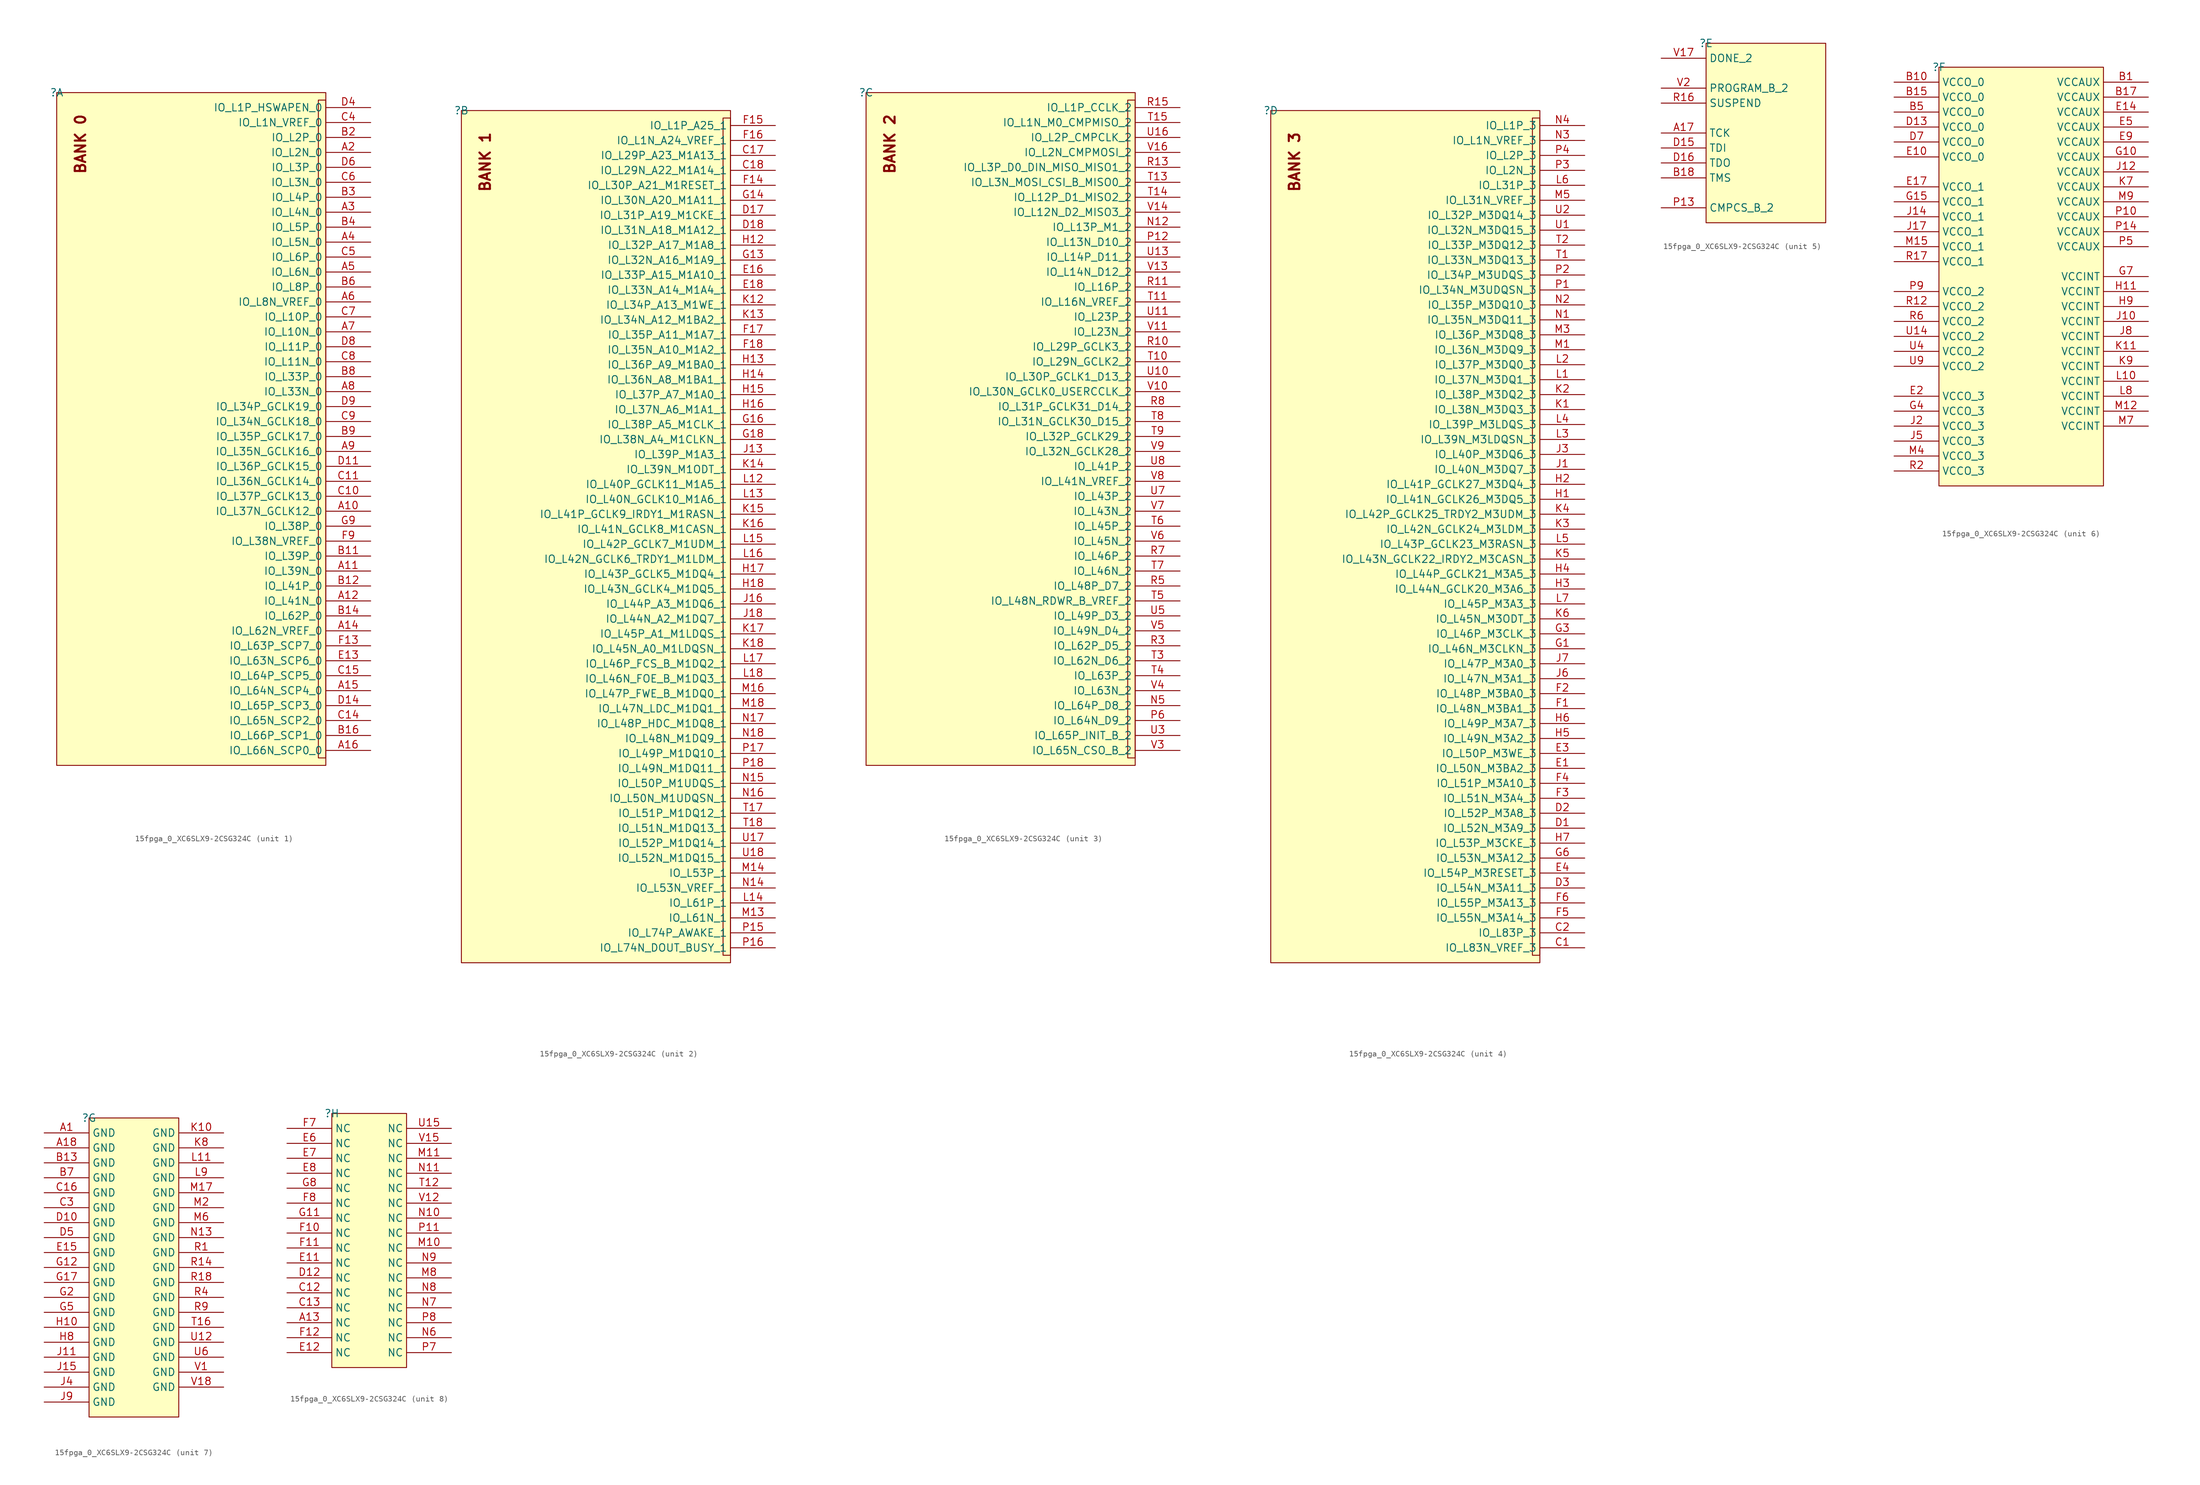
<source format=kicad_sym>
(kicad_symbol_lib
  (version 20220914)
  (generator kicad_symbol_editor)
  (symbol "15fpga_0_XC6SLX9-2CSG324C"
    (property "Reference" ""
      (at 0 0 0)
      (effects (font (size 1.27 1.27))))
    (property "Value" ""
      (at 0 0 0)
      (effects (font (size 1.27 1.27))))
    (symbol "15fpga_0_XC6SLX9-2CSG324C_1_0"
      (rectangle (start 45.72 -1.27) (end 44.45 -113.03) (stroke (width 0) (type solid)) (fill (type background)))
      (rectangle (start 45.72 0) (end 0 -114.3) (stroke (width 0) (type solid)) (fill (type background)))
      (text "BANK 0" (at 5.08 -13.97 900) (effects (font (size 1.778 1.778) bold) (justify left bottom)))
      (pin bidirectional line (at 53.34 -71.12 180) (length 7.62) (name "IO_L37N_GCLK12_0" (effects (font (size 1.27 1.27)))) (number "A10" (effects (font (size 1.27 1.27)))))
      (pin bidirectional line (at 53.34 -81.28 180) (length 7.62) (name "IO_L39N_0" (effects (font (size 1.27 1.27)))) (number "A11" (effects (font (size 1.27 1.27)))))
      (pin bidirectional line (at 53.34 -86.36 180) (length 7.62) (name "IO_L41N_0" (effects (font (size 1.27 1.27)))) (number "A12" (effects (font (size 1.27 1.27)))))
      (pin bidirectional line (at 53.34 -91.44 180) (length 7.62) (name "IO_L62N_VREF_0" (effects (font (size 1.27 1.27)))) (number "A14" (effects (font (size 1.27 1.27)))))
      (pin bidirectional line (at 53.34 -101.6 180) (length 7.62) (name "IO_L64N_SCP4_0" (effects (font (size 1.27 1.27)))) (number "A15" (effects (font (size 1.27 1.27)))))
      (pin bidirectional line (at 53.34 -111.76 180) (length 7.62) (name "IO_L66N_SCP0_0" (effects (font (size 1.27 1.27)))) (number "A16" (effects (font (size 1.27 1.27)))))
      (pin bidirectional line (at 53.34 -10.16 180) (length 7.62) (name "IO_L2N_0" (effects (font (size 1.27 1.27)))) (number "A2" (effects (font (size 1.27 1.27)))))
      (pin bidirectional line (at 53.34 -20.32 180) (length 7.62) (name "IO_L4N_0" (effects (font (size 1.27 1.27)))) (number "A3" (effects (font (size 1.27 1.27)))))
      (pin bidirectional line (at 53.34 -25.4 180) (length 7.62) (name "IO_L5N_0" (effects (font (size 1.27 1.27)))) (number "A4" (effects (font (size 1.27 1.27)))))
      (pin bidirectional line (at 53.34 -30.48 180) (length 7.62) (name "IO_L6N_0" (effects (font (size 1.27 1.27)))) (number "A5" (effects (font (size 1.27 1.27)))))
      (pin bidirectional line (at 53.34 -35.56 180) (length 7.62) (name "IO_L8N_VREF_0" (effects (font (size 1.27 1.27)))) (number "A6" (effects (font (size 1.27 1.27)))))
      (pin bidirectional line (at 53.34 -40.64 180) (length 7.62) (name "IO_L10N_0" (effects (font (size 1.27 1.27)))) (number "A7" (effects (font (size 1.27 1.27)))))
      (pin bidirectional line (at 53.34 -50.8 180) (length 7.62) (name "IO_L33N_0" (effects (font (size 1.27 1.27)))) (number "A8" (effects (font (size 1.27 1.27)))))
      (pin bidirectional line (at 53.34 -60.96 180) (length 7.62) (name "IO_L35N_GCLK16_0" (effects (font (size 1.27 1.27)))) (number "A9" (effects (font (size 1.27 1.27)))))
      (pin bidirectional line (at 53.34 -78.74 180) (length 7.62) (name "IO_L39P_0" (effects (font (size 1.27 1.27)))) (number "B11" (effects (font (size 1.27 1.27)))))
      (pin bidirectional line (at 53.34 -83.82 180) (length 7.62) (name "IO_L41P_0" (effects (font (size 1.27 1.27)))) (number "B12" (effects (font (size 1.27 1.27)))))
      (pin bidirectional line (at 53.34 -88.9 180) (length 7.62) (name "IO_L62P_0" (effects (font (size 1.27 1.27)))) (number "B14" (effects (font (size 1.27 1.27)))))
      (pin bidirectional line (at 53.34 -109.22 180) (length 7.62) (name "IO_L66P_SCP1_0" (effects (font (size 1.27 1.27)))) (number "B16" (effects (font (size 1.27 1.27)))))
      (pin bidirectional line (at 53.34 -7.62 180) (length 7.62) (name "IO_L2P_0" (effects (font (size 1.27 1.27)))) (number "B2" (effects (font (size 1.27 1.27)))))
      (pin bidirectional line (at 53.34 -17.78 180) (length 7.62) (name "IO_L4P_0" (effects (font (size 1.27 1.27)))) (number "B3" (effects (font (size 1.27 1.27)))))
      (pin bidirectional line (at 53.34 -22.86 180) (length 7.62) (name "IO_L5P_0" (effects (font (size 1.27 1.27)))) (number "B4" (effects (font (size 1.27 1.27)))))
      (pin bidirectional line (at 53.34 -33.02 180) (length 7.62) (name "IO_L8P_0" (effects (font (size 1.27 1.27)))) (number "B6" (effects (font (size 1.27 1.27)))))
      (pin bidirectional line (at 53.34 -48.26 180) (length 7.62) (name "IO_L33P_0" (effects (font (size 1.27 1.27)))) (number "B8" (effects (font (size 1.27 1.27)))))
      (pin bidirectional line (at 53.34 -58.42 180) (length 7.62) (name "IO_L35P_GCLK17_0" (effects (font (size 1.27 1.27)))) (number "B9" (effects (font (size 1.27 1.27)))))
      (pin bidirectional line (at 53.34 -68.58 180) (length 7.62) (name "IO_L37P_GCLK13_0" (effects (font (size 1.27 1.27)))) (number "C10" (effects (font (size 1.27 1.27)))))
      (pin bidirectional line (at 53.34 -66.04 180) (length 7.62) (name "IO_L36N_GCLK14_0" (effects (font (size 1.27 1.27)))) (number "C11" (effects (font (size 1.27 1.27)))))
      (pin bidirectional line (at 53.34 -106.68 180) (length 7.62) (name "IO_L65N_SCP2_0" (effects (font (size 1.27 1.27)))) (number "C14" (effects (font (size 1.27 1.27)))))
      (pin bidirectional line (at 53.34 -99.06 180) (length 7.62) (name "IO_L64P_SCP5_0" (effects (font (size 1.27 1.27)))) (number "C15" (effects (font (size 1.27 1.27)))))
      (pin bidirectional line (at 53.34 -5.08 180) (length 7.62) (name "IO_L1N_VREF_0" (effects (font (size 1.27 1.27)))) (number "C4" (effects (font (size 1.27 1.27)))))
      (pin bidirectional line (at 53.34 -27.94 180) (length 7.62) (name "IO_L6P_0" (effects (font (size 1.27 1.27)))) (number "C5" (effects (font (size 1.27 1.27)))))
      (pin bidirectional line (at 53.34 -15.24 180) (length 7.62) (name "IO_L3N_0" (effects (font (size 1.27 1.27)))) (number "C6" (effects (font (size 1.27 1.27)))))
      (pin bidirectional line (at 53.34 -38.1 180) (length 7.62) (name "IO_L10P_0" (effects (font (size 1.27 1.27)))) (number "C7" (effects (font (size 1.27 1.27)))))
      (pin bidirectional line (at 53.34 -45.72 180) (length 7.62) (name "IO_L11N_0" (effects (font (size 1.27 1.27)))) (number "C8" (effects (font (size 1.27 1.27)))))
      (pin bidirectional line (at 53.34 -55.88 180) (length 7.62) (name "IO_L34N_GCLK18_0" (effects (font (size 1.27 1.27)))) (number "C9" (effects (font (size 1.27 1.27)))))
      (pin bidirectional line (at 53.34 -63.5 180) (length 7.62) (name "IO_L36P_GCLK15_0" (effects (font (size 1.27 1.27)))) (number "D11" (effects (font (size 1.27 1.27)))))
      (pin bidirectional line (at 53.34 -104.14 180) (length 7.62) (name "IO_L65P_SCP3_0" (effects (font (size 1.27 1.27)))) (number "D14" (effects (font (size 1.27 1.27)))))
      (pin bidirectional line (at 53.34 -2.54 180) (length 7.62) (name "IO_L1P_HSWAPEN_0" (effects (font (size 1.27 1.27)))) (number "D4" (effects (font (size 1.27 1.27)))))
      (pin bidirectional line (at 53.34 -12.7 180) (length 7.62) (name "IO_L3P_0" (effects (font (size 1.27 1.27)))) (number "D6" (effects (font (size 1.27 1.27)))))
      (pin bidirectional line (at 53.34 -43.18 180) (length 7.62) (name "IO_L11P_0" (effects (font (size 1.27 1.27)))) (number "D8" (effects (font (size 1.27 1.27)))))
      (pin bidirectional line (at 53.34 -53.34 180) (length 7.62) (name "IO_L34P_GCLK19_0" (effects (font (size 1.27 1.27)))) (number "D9" (effects (font (size 1.27 1.27)))))
      (pin bidirectional line (at 53.34 -96.52 180) (length 7.62) (name "IO_L63N_SCP6_0" (effects (font (size 1.27 1.27)))) (number "E13" (effects (font (size 1.27 1.27)))))
      (pin bidirectional line (at 53.34 -93.98 180) (length 7.62) (name "IO_L63P_SCP7_0" (effects (font (size 1.27 1.27)))) (number "F13" (effects (font (size 1.27 1.27)))))
      (pin bidirectional line (at 53.34 -76.2 180) (length 7.62) (name "IO_L38N_VREF_0" (effects (font (size 1.27 1.27)))) (number "F9" (effects (font (size 1.27 1.27)))))
      (pin bidirectional line (at 53.34 -73.66 180) (length 7.62) (name "IO_L38P_0" (effects (font (size 1.27 1.27)))) (number "G9" (effects (font (size 1.27 1.27))))))
    (symbol "15fpga_0_XC6SLX9-2CSG324C_2_0"
      (rectangle (start 45.72 -1.27) (end 44.45 -143.51) (stroke (width 0) (type solid)) (fill (type background)))
      (rectangle (start 45.72 0) (end 0 -144.78) (stroke (width 0) (type solid)) (fill (type background)))
      (text "BANK 1" (at 5.08 -13.97 900) (effects (font (size 1.778 1.778) bold) (justify left bottom)))
      (pin bidirectional line (at 53.34 -7.62 180) (length 7.62) (name "IO_L29P_A23_M1A13_1" (effects (font (size 1.27 1.27)))) (number "C17" (effects (font (size 1.27 1.27)))))
      (pin bidirectional line (at 53.34 -10.16 180) (length 7.62) (name "IO_L29N_A22_M1A14_1" (effects (font (size 1.27 1.27)))) (number "C18" (effects (font (size 1.27 1.27)))))
      (pin bidirectional line (at 53.34 -17.78 180) (length 7.62) (name "IO_L31P_A19_M1CKE_1" (effects (font (size 1.27 1.27)))) (number "D17" (effects (font (size 1.27 1.27)))))
      (pin bidirectional line (at 53.34 -20.32 180) (length 7.62) (name "IO_L31N_A18_M1A12_1" (effects (font (size 1.27 1.27)))) (number "D18" (effects (font (size 1.27 1.27)))))
      (pin bidirectional line (at 53.34 -27.94 180) (length 7.62) (name "IO_L33P_A15_M1A10_1" (effects (font (size 1.27 1.27)))) (number "E16" (effects (font (size 1.27 1.27)))))
      (pin bidirectional line (at 53.34 -30.48 180) (length 7.62) (name "IO_L33N_A14_M1A4_1" (effects (font (size 1.27 1.27)))) (number "E18" (effects (font (size 1.27 1.27)))))
      (pin bidirectional line (at 53.34 -12.7 180) (length 7.62) (name "IO_L30P_A21_M1RESET_1" (effects (font (size 1.27 1.27)))) (number "F14" (effects (font (size 1.27 1.27)))))
      (pin bidirectional line (at 53.34 -2.54 180) (length 7.62) (name "IO_L1P_A25_1" (effects (font (size 1.27 1.27)))) (number "F15" (effects (font (size 1.27 1.27)))))
      (pin bidirectional line (at 53.34 -5.08 180) (length 7.62) (name "IO_L1N_A24_VREF_1" (effects (font (size 1.27 1.27)))) (number "F16" (effects (font (size 1.27 1.27)))))
      (pin bidirectional line (at 53.34 -38.1 180) (length 7.62) (name "IO_L35P_A11_M1A7_1" (effects (font (size 1.27 1.27)))) (number "F17" (effects (font (size 1.27 1.27)))))
      (pin bidirectional line (at 53.34 -40.64 180) (length 7.62) (name "IO_L35N_A10_M1A2_1" (effects (font (size 1.27 1.27)))) (number "F18" (effects (font (size 1.27 1.27)))))
      (pin bidirectional line (at 53.34 -25.4 180) (length 7.62) (name "IO_L32N_A16_M1A9_1" (effects (font (size 1.27 1.27)))) (number "G13" (effects (font (size 1.27 1.27)))))
      (pin bidirectional line (at 53.34 -15.24 180) (length 7.62) (name "IO_L30N_A20_M1A11_1" (effects (font (size 1.27 1.27)))) (number "G14" (effects (font (size 1.27 1.27)))))
      (pin bidirectional line (at 53.34 -53.34 180) (length 7.62) (name "IO_L38P_A5_M1CLK_1" (effects (font (size 1.27 1.27)))) (number "G16" (effects (font (size 1.27 1.27)))))
      (pin bidirectional line (at 53.34 -55.88 180) (length 7.62) (name "IO_L38N_A4_M1CLKN_1" (effects (font (size 1.27 1.27)))) (number "G18" (effects (font (size 1.27 1.27)))))
      (pin bidirectional line (at 53.34 -22.86 180) (length 7.62) (name "IO_L32P_A17_M1A8_1" (effects (font (size 1.27 1.27)))) (number "H12" (effects (font (size 1.27 1.27)))))
      (pin bidirectional line (at 53.34 -43.18 180) (length 7.62) (name "IO_L36P_A9_M1BA0_1" (effects (font (size 1.27 1.27)))) (number "H13" (effects (font (size 1.27 1.27)))))
      (pin bidirectional line (at 53.34 -45.72 180) (length 7.62) (name "IO_L36N_A8_M1BA1_1" (effects (font (size 1.27 1.27)))) (number "H14" (effects (font (size 1.27 1.27)))))
      (pin bidirectional line (at 53.34 -48.26 180) (length 7.62) (name "IO_L37P_A7_M1A0_1" (effects (font (size 1.27 1.27)))) (number "H15" (effects (font (size 1.27 1.27)))))
      (pin bidirectional line (at 53.34 -50.8 180) (length 7.62) (name "IO_L37N_A6_M1A1_1" (effects (font (size 1.27 1.27)))) (number "H16" (effects (font (size 1.27 1.27)))))
      (pin bidirectional line (at 53.34 -78.74 180) (length 7.62) (name "IO_L43P_GCLK5_M1DQ4_1" (effects (font (size 1.27 1.27)))) (number "H17" (effects (font (size 1.27 1.27)))))
      (pin bidirectional line (at 53.34 -81.28 180) (length 7.62) (name "IO_L43N_GCLK4_M1DQ5_1" (effects (font (size 1.27 1.27)))) (number "H18" (effects (font (size 1.27 1.27)))))
      (pin bidirectional line (at 53.34 -58.42 180) (length 7.62) (name "IO_L39P_M1A3_1" (effects (font (size 1.27 1.27)))) (number "J13" (effects (font (size 1.27 1.27)))))
      (pin bidirectional line (at 53.34 -83.82 180) (length 7.62) (name "IO_L44P_A3_M1DQ6_1" (effects (font (size 1.27 1.27)))) (number "J16" (effects (font (size 1.27 1.27)))))
      (pin bidirectional line (at 53.34 -86.36 180) (length 7.62) (name "IO_L44N_A2_M1DQ7_1" (effects (font (size 1.27 1.27)))) (number "J18" (effects (font (size 1.27 1.27)))))
      (pin bidirectional line (at 53.34 -33.02 180) (length 7.62) (name "IO_L34P_A13_M1WE_1" (effects (font (size 1.27 1.27)))) (number "K12" (effects (font (size 1.27 1.27)))))
      (pin bidirectional line (at 53.34 -35.56 180) (length 7.62) (name "IO_L34N_A12_M1BA2_1" (effects (font (size 1.27 1.27)))) (number "K13" (effects (font (size 1.27 1.27)))))
      (pin bidirectional line (at 53.34 -60.96 180) (length 7.62) (name "IO_L39N_M1ODT_1" (effects (font (size 1.27 1.27)))) (number "K14" (effects (font (size 1.27 1.27)))))
      (pin bidirectional line (at 53.34 -68.58 180) (length 7.62) (name "IO_L41P_GCLK9_IRDY1_M1RASN_1" (effects (font (size 1.27 1.27)))) (number "K15" (effects (font (size 1.27 1.27)))))
      (pin bidirectional line (at 53.34 -71.12 180) (length 7.62) (name "IO_L41N_GCLK8_M1CASN_1" (effects (font (size 1.27 1.27)))) (number "K16" (effects (font (size 1.27 1.27)))))
      (pin bidirectional line (at 53.34 -88.9 180) (length 7.62) (name "IO_L45P_A1_M1LDQS_1" (effects (font (size 1.27 1.27)))) (number "K17" (effects (font (size 1.27 1.27)))))
      (pin bidirectional line (at 53.34 -91.44 180) (length 7.62) (name "IO_L45N_A0_M1LDQSN_1" (effects (font (size 1.27 1.27)))) (number "K18" (effects (font (size 1.27 1.27)))))
      (pin bidirectional line (at 53.34 -63.5 180) (length 7.62) (name "IO_L40P_GCLK11_M1A5_1" (effects (font (size 1.27 1.27)))) (number "L12" (effects (font (size 1.27 1.27)))))
      (pin bidirectional line (at 53.34 -66.04 180) (length 7.62) (name "IO_L40N_GCLK10_M1A6_1" (effects (font (size 1.27 1.27)))) (number "L13" (effects (font (size 1.27 1.27)))))
      (pin bidirectional line (at 53.34 -134.62 180) (length 7.62) (name "IO_L61P_1" (effects (font (size 1.27 1.27)))) (number "L14" (effects (font (size 1.27 1.27)))))
      (pin bidirectional line (at 53.34 -73.66 180) (length 7.62) (name "IO_L42P_GCLK7_M1UDM_1" (effects (font (size 1.27 1.27)))) (number "L15" (effects (font (size 1.27 1.27)))))
      (pin bidirectional line (at 53.34 -76.2 180) (length 7.62) (name "IO_L42N_GCLK6_TRDY1_M1LDM_1" (effects (font (size 1.27 1.27)))) (number "L16" (effects (font (size 1.27 1.27)))))
      (pin bidirectional line (at 53.34 -93.98 180) (length 7.62) (name "IO_L46P_FCS_B_M1DQ2_1" (effects (font (size 1.27 1.27)))) (number "L17" (effects (font (size 1.27 1.27)))))
      (pin bidirectional line (at 53.34 -96.52 180) (length 7.62) (name "IO_L46N_FOE_B_M1DQ3_1" (effects (font (size 1.27 1.27)))) (number "L18" (effects (font (size 1.27 1.27)))))
      (pin bidirectional line (at 53.34 -137.16 180) (length 7.62) (name "IO_L61N_1" (effects (font (size 1.27 1.27)))) (number "M13" (effects (font (size 1.27 1.27)))))
      (pin bidirectional line (at 53.34 -129.54 180) (length 7.62) (name "IO_L53P_1" (effects (font (size 1.27 1.27)))) (number "M14" (effects (font (size 1.27 1.27)))))
      (pin bidirectional line (at 53.34 -99.06 180) (length 7.62) (name "IO_L47P_FWE_B_M1DQ0_1" (effects (font (size 1.27 1.27)))) (number "M16" (effects (font (size 1.27 1.27)))))
      (pin bidirectional line (at 53.34 -101.6 180) (length 7.62) (name "IO_L47N_LDC_M1DQ1_1" (effects (font (size 1.27 1.27)))) (number "M18" (effects (font (size 1.27 1.27)))))
      (pin bidirectional line (at 53.34 -132.08 180) (length 7.62) (name "IO_L53N_VREF_1" (effects (font (size 1.27 1.27)))) (number "N14" (effects (font (size 1.27 1.27)))))
      (pin bidirectional line (at 53.34 -114.3 180) (length 7.62) (name "IO_L50P_M1UDQS_1" (effects (font (size 1.27 1.27)))) (number "N15" (effects (font (size 1.27 1.27)))))
      (pin bidirectional line (at 53.34 -116.84 180) (length 7.62) (name "IO_L50N_M1UDQSN_1" (effects (font (size 1.27 1.27)))) (number "N16" (effects (font (size 1.27 1.27)))))
      (pin bidirectional line (at 53.34 -104.14 180) (length 7.62) (name "IO_L48P_HDC_M1DQ8_1" (effects (font (size 1.27 1.27)))) (number "N17" (effects (font (size 1.27 1.27)))))
      (pin bidirectional line (at 53.34 -106.68 180) (length 7.62) (name "IO_L48N_M1DQ9_1" (effects (font (size 1.27 1.27)))) (number "N18" (effects (font (size 1.27 1.27)))))
      (pin bidirectional line (at 53.34 -139.7 180) (length 7.62) (name "IO_L74P_AWAKE_1" (effects (font (size 1.27 1.27)))) (number "P15" (effects (font (size 1.27 1.27)))))
      (pin bidirectional line (at 53.34 -142.24 180) (length 7.62) (name "IO_L74N_DOUT_BUSY_1" (effects (font (size 1.27 1.27)))) (number "P16" (effects (font (size 1.27 1.27)))))
      (pin bidirectional line (at 53.34 -109.22 180) (length 7.62) (name "IO_L49P_M1DQ10_1" (effects (font (size 1.27 1.27)))) (number "P17" (effects (font (size 1.27 1.27)))))
      (pin bidirectional line (at 53.34 -111.76 180) (length 7.62) (name "IO_L49N_M1DQ11_1" (effects (font (size 1.27 1.27)))) (number "P18" (effects (font (size 1.27 1.27)))))
      (pin bidirectional line (at 53.34 -119.38 180) (length 7.62) (name "IO_L51P_M1DQ12_1" (effects (font (size 1.27 1.27)))) (number "T17" (effects (font (size 1.27 1.27)))))
      (pin bidirectional line (at 53.34 -121.92 180) (length 7.62) (name "IO_L51N_M1DQ13_1" (effects (font (size 1.27 1.27)))) (number "T18" (effects (font (size 1.27 1.27)))))
      (pin bidirectional line (at 53.34 -124.46 180) (length 7.62) (name "IO_L52P_M1DQ14_1" (effects (font (size 1.27 1.27)))) (number "U17" (effects (font (size 1.27 1.27)))))
      (pin bidirectional line (at 53.34 -127 180) (length 7.62) (name "IO_L52N_M1DQ15_1" (effects (font (size 1.27 1.27)))) (number "U18" (effects (font (size 1.27 1.27))))))
    (symbol "15fpga_0_XC6SLX9-2CSG324C_3_0"
      (rectangle (start 45.72 -1.27) (end 44.45 -113.03) (stroke (width 0) (type solid)) (fill (type background)))
      (rectangle (start 45.72 0) (end 0 -114.3) (stroke (width 0) (type solid)) (fill (type background)))
      (text "BANK 2" (at 5.08 -13.97 900) (effects (font (size 1.778 1.778) bold) (justify left bottom)))
      (pin bidirectional line (at 53.34 -22.86 180) (length 7.62) (name "IO_L13P_M1_2" (effects (font (size 1.27 1.27)))) (number "N12" (effects (font (size 1.27 1.27)))))
      (pin bidirectional line (at 53.34 -104.14 180) (length 7.62) (name "IO_L64P_D8_2" (effects (font (size 1.27 1.27)))) (number "N5" (effects (font (size 1.27 1.27)))))
      (pin bidirectional line (at 53.34 -25.4 180) (length 7.62) (name "IO_L13N_D10_2" (effects (font (size 1.27 1.27)))) (number "P12" (effects (font (size 1.27 1.27)))))
      (pin bidirectional line (at 53.34 -106.68 180) (length 7.62) (name "IO_L64N_D9_2" (effects (font (size 1.27 1.27)))) (number "P6" (effects (font (size 1.27 1.27)))))
      (pin bidirectional line (at 53.34 -43.18 180) (length 7.62) (name "IO_L29P_GCLK3_2" (effects (font (size 1.27 1.27)))) (number "R10" (effects (font (size 1.27 1.27)))))
      (pin bidirectional line (at 53.34 -33.02 180) (length 7.62) (name "IO_L16P_2" (effects (font (size 1.27 1.27)))) (number "R11" (effects (font (size 1.27 1.27)))))
      (pin bidirectional line (at 53.34 -12.7 180) (length 7.62) (name "IO_L3P_D0_DIN_MISO_MISO1_2" (effects (font (size 1.27 1.27)))) (number "R13" (effects (font (size 1.27 1.27)))))
      (pin bidirectional line (at 53.34 -2.54 180) (length 7.62) (name "IO_L1P_CCLK_2" (effects (font (size 1.27 1.27)))) (number "R15" (effects (font (size 1.27 1.27)))))
      (pin bidirectional line (at 53.34 -93.98 180) (length 7.62) (name "IO_L62P_D5_2" (effects (font (size 1.27 1.27)))) (number "R3" (effects (font (size 1.27 1.27)))))
      (pin bidirectional line (at 53.34 -83.82 180) (length 7.62) (name "IO_L48P_D7_2" (effects (font (size 1.27 1.27)))) (number "R5" (effects (font (size 1.27 1.27)))))
      (pin bidirectional line (at 53.34 -78.74 180) (length 7.62) (name "IO_L46P_2" (effects (font (size 1.27 1.27)))) (number "R7" (effects (font (size 1.27 1.27)))))
      (pin bidirectional line (at 53.34 -53.34 180) (length 7.62) (name "IO_L31P_GCLK31_D14_2" (effects (font (size 1.27 1.27)))) (number "R8" (effects (font (size 1.27 1.27)))))
      (pin bidirectional line (at 53.34 -45.72 180) (length 7.62) (name "IO_L29N_GCLK2_2" (effects (font (size 1.27 1.27)))) (number "T10" (effects (font (size 1.27 1.27)))))
      (pin bidirectional line (at 53.34 -35.56 180) (length 7.62) (name "IO_L16N_VREF_2" (effects (font (size 1.27 1.27)))) (number "T11" (effects (font (size 1.27 1.27)))))
      (pin bidirectional line (at 53.34 -15.24 180) (length 7.62) (name "IO_L3N_MOSI_CSI_B_MISO0_2" (effects (font (size 1.27 1.27)))) (number "T13" (effects (font (size 1.27 1.27)))))
      (pin bidirectional line (at 53.34 -17.78 180) (length 7.62) (name "IO_L12P_D1_MISO2_2" (effects (font (size 1.27 1.27)))) (number "T14" (effects (font (size 1.27 1.27)))))
      (pin bidirectional line (at 53.34 -5.08 180) (length 7.62) (name "IO_L1N_M0_CMPMISO_2" (effects (font (size 1.27 1.27)))) (number "T15" (effects (font (size 1.27 1.27)))))
      (pin bidirectional line (at 53.34 -96.52 180) (length 7.62) (name "IO_L62N_D6_2" (effects (font (size 1.27 1.27)))) (number "T3" (effects (font (size 1.27 1.27)))))
      (pin bidirectional line (at 53.34 -99.06 180) (length 7.62) (name "IO_L63P_2" (effects (font (size 1.27 1.27)))) (number "T4" (effects (font (size 1.27 1.27)))))
      (pin bidirectional line (at 53.34 -86.36 180) (length 7.62) (name "IO_L48N_RDWR_B_VREF_2" (effects (font (size 1.27 1.27)))) (number "T5" (effects (font (size 1.27 1.27)))))
      (pin bidirectional line (at 53.34 -73.66 180) (length 7.62) (name "IO_L45P_2" (effects (font (size 1.27 1.27)))) (number "T6" (effects (font (size 1.27 1.27)))))
      (pin bidirectional line (at 53.34 -81.28 180) (length 7.62) (name "IO_L46N_2" (effects (font (size 1.27 1.27)))) (number "T7" (effects (font (size 1.27 1.27)))))
      (pin bidirectional line (at 53.34 -55.88 180) (length 7.62) (name "IO_L31N_GCLK30_D15_2" (effects (font (size 1.27 1.27)))) (number "T8" (effects (font (size 1.27 1.27)))))
      (pin bidirectional line (at 53.34 -58.42 180) (length 7.62) (name "IO_L32P_GCLK29_2" (effects (font (size 1.27 1.27)))) (number "T9" (effects (font (size 1.27 1.27)))))
      (pin bidirectional line (at 53.34 -48.26 180) (length 7.62) (name "IO_L30P_GCLK1_D13_2" (effects (font (size 1.27 1.27)))) (number "U10" (effects (font (size 1.27 1.27)))))
      (pin bidirectional line (at 53.34 -38.1 180) (length 7.62) (name "IO_L23P_2" (effects (font (size 1.27 1.27)))) (number "U11" (effects (font (size 1.27 1.27)))))
      (pin bidirectional line (at 53.34 -27.94 180) (length 7.62) (name "IO_L14P_D11_2" (effects (font (size 1.27 1.27)))) (number "U13" (effects (font (size 1.27 1.27)))))
      (pin bidirectional line (at 53.34 -7.62 180) (length 7.62) (name "IO_L2P_CMPCLK_2" (effects (font (size 1.27 1.27)))) (number "U16" (effects (font (size 1.27 1.27)))))
      (pin bidirectional line (at 53.34 -109.22 180) (length 7.62) (name "IO_L65P_INIT_B_2" (effects (font (size 1.27 1.27)))) (number "U3" (effects (font (size 1.27 1.27)))))
      (pin bidirectional line (at 53.34 -88.9 180) (length 7.62) (name "IO_L49P_D3_2" (effects (font (size 1.27 1.27)))) (number "U5" (effects (font (size 1.27 1.27)))))
      (pin bidirectional line (at 53.34 -68.58 180) (length 7.62) (name "IO_L43P_2" (effects (font (size 1.27 1.27)))) (number "U7" (effects (font (size 1.27 1.27)))))
      (pin bidirectional line (at 53.34 -63.5 180) (length 7.62) (name "IO_L41P_2" (effects (font (size 1.27 1.27)))) (number "U8" (effects (font (size 1.27 1.27)))))
      (pin bidirectional line (at 53.34 -50.8 180) (length 7.62) (name "IO_L30N_GCLK0_USERCCLK_2" (effects (font (size 1.27 1.27)))) (number "V10" (effects (font (size 1.27 1.27)))))
      (pin bidirectional line (at 53.34 -40.64 180) (length 7.62) (name "IO_L23N_2" (effects (font (size 1.27 1.27)))) (number "V11" (effects (font (size 1.27 1.27)))))
      (pin bidirectional line (at 53.34 -30.48 180) (length 7.62) (name "IO_L14N_D12_2" (effects (font (size 1.27 1.27)))) (number "V13" (effects (font (size 1.27 1.27)))))
      (pin bidirectional line (at 53.34 -20.32 180) (length 7.62) (name "IO_L12N_D2_MISO3_2" (effects (font (size 1.27 1.27)))) (number "V14" (effects (font (size 1.27 1.27)))))
      (pin bidirectional line (at 53.34 -10.16 180) (length 7.62) (name "IO_L2N_CMPMOSI_2" (effects (font (size 1.27 1.27)))) (number "V16" (effects (font (size 1.27 1.27)))))
      (pin bidirectional line (at 53.34 -111.76 180) (length 7.62) (name "IO_L65N_CSO_B_2" (effects (font (size 1.27 1.27)))) (number "V3" (effects (font (size 1.27 1.27)))))
      (pin bidirectional line (at 53.34 -101.6 180) (length 7.62) (name "IO_L63N_2" (effects (font (size 1.27 1.27)))) (number "V4" (effects (font (size 1.27 1.27)))))
      (pin bidirectional line (at 53.34 -91.44 180) (length 7.62) (name "IO_L49N_D4_2" (effects (font (size 1.27 1.27)))) (number "V5" (effects (font (size 1.27 1.27)))))
      (pin bidirectional line (at 53.34 -76.2 180) (length 7.62) (name "IO_L45N_2" (effects (font (size 1.27 1.27)))) (number "V6" (effects (font (size 1.27 1.27)))))
      (pin bidirectional line (at 53.34 -71.12 180) (length 7.62) (name "IO_L43N_2" (effects (font (size 1.27 1.27)))) (number "V7" (effects (font (size 1.27 1.27)))))
      (pin bidirectional line (at 53.34 -66.04 180) (length 7.62) (name "IO_L41N_VREF_2" (effects (font (size 1.27 1.27)))) (number "V8" (effects (font (size 1.27 1.27)))))
      (pin bidirectional line (at 53.34 -60.96 180) (length 7.62) (name "IO_L32N_GCLK28_2" (effects (font (size 1.27 1.27)))) (number "V9" (effects (font (size 1.27 1.27))))))
    (symbol "15fpga_0_XC6SLX9-2CSG324C_4_0"
      (rectangle (start 45.72 -1.27) (end 44.45 -143.51) (stroke (width 0) (type solid)) (fill (type background)))
      (rectangle (start 45.72 0) (end 0 -144.78) (stroke (width 0) (type solid)) (fill (type background)))
      (text "BANK 3" (at 5.08 -13.97 900) (effects (font (size 1.778 1.778) bold) (justify left bottom)))
      (pin bidirectional line (at 53.34 -142.24 180) (length 7.62) (name "IO_L83N_VREF_3" (effects (font (size 1.27 1.27)))) (number "C1" (effects (font (size 1.27 1.27)))))
      (pin bidirectional line (at 53.34 -139.7 180) (length 7.62) (name "IO_L83P_3" (effects (font (size 1.27 1.27)))) (number "C2" (effects (font (size 1.27 1.27)))))
      (pin bidirectional line (at 53.34 -121.92 180) (length 7.62) (name "IO_L52N_M3A9_3" (effects (font (size 1.27 1.27)))) (number "D1" (effects (font (size 1.27 1.27)))))
      (pin bidirectional line (at 53.34 -119.38 180) (length 7.62) (name "IO_L52P_M3A8_3" (effects (font (size 1.27 1.27)))) (number "D2" (effects (font (size 1.27 1.27)))))
      (pin bidirectional line (at 53.34 -132.08 180) (length 7.62) (name "IO_L54N_M3A11_3" (effects (font (size 1.27 1.27)))) (number "D3" (effects (font (size 1.27 1.27)))))
      (pin bidirectional line (at 53.34 -111.76 180) (length 7.62) (name "IO_L50N_M3BA2_3" (effects (font (size 1.27 1.27)))) (number "E1" (effects (font (size 1.27 1.27)))))
      (pin bidirectional line (at 53.34 -109.22 180) (length 7.62) (name "IO_L50P_M3WE_3" (effects (font (size 1.27 1.27)))) (number "E3" (effects (font (size 1.27 1.27)))))
      (pin bidirectional line (at 53.34 -129.54 180) (length 7.62) (name "IO_L54P_M3RESET_3" (effects (font (size 1.27 1.27)))) (number "E4" (effects (font (size 1.27 1.27)))))
      (pin bidirectional line (at 53.34 -101.6 180) (length 7.62) (name "IO_L48N_M3BA1_3" (effects (font (size 1.27 1.27)))) (number "F1" (effects (font (size 1.27 1.27)))))
      (pin bidirectional line (at 53.34 -99.06 180) (length 7.62) (name "IO_L48P_M3BA0_3" (effects (font (size 1.27 1.27)))) (number "F2" (effects (font (size 1.27 1.27)))))
      (pin bidirectional line (at 53.34 -116.84 180) (length 7.62) (name "IO_L51N_M3A4_3" (effects (font (size 1.27 1.27)))) (number "F3" (effects (font (size 1.27 1.27)))))
      (pin bidirectional line (at 53.34 -114.3 180) (length 7.62) (name "IO_L51P_M3A10_3" (effects (font (size 1.27 1.27)))) (number "F4" (effects (font (size 1.27 1.27)))))
      (pin bidirectional line (at 53.34 -137.16 180) (length 7.62) (name "IO_L55N_M3A14_3" (effects (font (size 1.27 1.27)))) (number "F5" (effects (font (size 1.27 1.27)))))
      (pin bidirectional line (at 53.34 -134.62 180) (length 7.62) (name "IO_L55P_M3A13_3" (effects (font (size 1.27 1.27)))) (number "F6" (effects (font (size 1.27 1.27)))))
      (pin bidirectional line (at 53.34 -91.44 180) (length 7.62) (name "IO_L46N_M3CLKN_3" (effects (font (size 1.27 1.27)))) (number "G1" (effects (font (size 1.27 1.27)))))
      (pin bidirectional line (at 53.34 -88.9 180) (length 7.62) (name "IO_L46P_M3CLK_3" (effects (font (size 1.27 1.27)))) (number "G3" (effects (font (size 1.27 1.27)))))
      (pin bidirectional line (at 53.34 -127 180) (length 7.62) (name "IO_L53N_M3A12_3" (effects (font (size 1.27 1.27)))) (number "G6" (effects (font (size 1.27 1.27)))))
      (pin bidirectional line (at 53.34 -66.04 180) (length 7.62) (name "IO_L41N_GCLK26_M3DQ5_3" (effects (font (size 1.27 1.27)))) (number "H1" (effects (font (size 1.27 1.27)))))
      (pin bidirectional line (at 53.34 -63.5 180) (length 7.62) (name "IO_L41P_GCLK27_M3DQ4_3" (effects (font (size 1.27 1.27)))) (number "H2" (effects (font (size 1.27 1.27)))))
      (pin bidirectional line (at 53.34 -81.28 180) (length 7.62) (name "IO_L44N_GCLK20_M3A6_3" (effects (font (size 1.27 1.27)))) (number "H3" (effects (font (size 1.27 1.27)))))
      (pin bidirectional line (at 53.34 -78.74 180) (length 7.62) (name "IO_L44P_GCLK21_M3A5_3" (effects (font (size 1.27 1.27)))) (number "H4" (effects (font (size 1.27 1.27)))))
      (pin bidirectional line (at 53.34 -106.68 180) (length 7.62) (name "IO_L49N_M3A2_3" (effects (font (size 1.27 1.27)))) (number "H5" (effects (font (size 1.27 1.27)))))
      (pin bidirectional line (at 53.34 -104.14 180) (length 7.62) (name "IO_L49P_M3A7_3" (effects (font (size 1.27 1.27)))) (number "H6" (effects (font (size 1.27 1.27)))))
      (pin bidirectional line (at 53.34 -124.46 180) (length 7.62) (name "IO_L53P_M3CKE_3" (effects (font (size 1.27 1.27)))) (number "H7" (effects (font (size 1.27 1.27)))))
      (pin bidirectional line (at 53.34 -60.96 180) (length 7.62) (name "IO_L40N_M3DQ7_3" (effects (font (size 1.27 1.27)))) (number "J1" (effects (font (size 1.27 1.27)))))
      (pin bidirectional line (at 53.34 -58.42 180) (length 7.62) (name "IO_L40P_M3DQ6_3" (effects (font (size 1.27 1.27)))) (number "J3" (effects (font (size 1.27 1.27)))))
      (pin bidirectional line (at 53.34 -96.52 180) (length 7.62) (name "IO_L47N_M3A1_3" (effects (font (size 1.27 1.27)))) (number "J6" (effects (font (size 1.27 1.27)))))
      (pin bidirectional line (at 53.34 -93.98 180) (length 7.62) (name "IO_L47P_M3A0_3" (effects (font (size 1.27 1.27)))) (number "J7" (effects (font (size 1.27 1.27)))))
      (pin bidirectional line (at 53.34 -50.8 180) (length 7.62) (name "IO_L38N_M3DQ3_3" (effects (font (size 1.27 1.27)))) (number "K1" (effects (font (size 1.27 1.27)))))
      (pin bidirectional line (at 53.34 -48.26 180) (length 7.62) (name "IO_L38P_M3DQ2_3" (effects (font (size 1.27 1.27)))) (number "K2" (effects (font (size 1.27 1.27)))))
      (pin bidirectional line (at 53.34 -71.12 180) (length 7.62) (name "IO_L42N_GCLK24_M3LDM_3" (effects (font (size 1.27 1.27)))) (number "K3" (effects (font (size 1.27 1.27)))))
      (pin bidirectional line (at 53.34 -68.58 180) (length 7.62) (name "IO_L42P_GCLK25_TRDY2_M3UDM_3" (effects (font (size 1.27 1.27)))) (number "K4" (effects (font (size 1.27 1.27)))))
      (pin bidirectional line (at 53.34 -76.2 180) (length 7.62) (name "IO_L43N_GCLK22_IRDY2_M3CASN_3" (effects (font (size 1.27 1.27)))) (number "K5" (effects (font (size 1.27 1.27)))))
      (pin bidirectional line (at 53.34 -86.36 180) (length 7.62) (name "IO_L45N_M3ODT_3" (effects (font (size 1.27 1.27)))) (number "K6" (effects (font (size 1.27 1.27)))))
      (pin bidirectional line (at 53.34 -45.72 180) (length 7.62) (name "IO_L37N_M3DQ1_3" (effects (font (size 1.27 1.27)))) (number "L1" (effects (font (size 1.27 1.27)))))
      (pin bidirectional line (at 53.34 -43.18 180) (length 7.62) (name "IO_L37P_M3DQ0_3" (effects (font (size 1.27 1.27)))) (number "L2" (effects (font (size 1.27 1.27)))))
      (pin bidirectional line (at 53.34 -55.88 180) (length 7.62) (name "IO_L39N_M3LDQSN_3" (effects (font (size 1.27 1.27)))) (number "L3" (effects (font (size 1.27 1.27)))))
      (pin bidirectional line (at 53.34 -53.34 180) (length 7.62) (name "IO_L39P_M3LDQS_3" (effects (font (size 1.27 1.27)))) (number "L4" (effects (font (size 1.27 1.27)))))
      (pin bidirectional line (at 53.34 -73.66 180) (length 7.62) (name "IO_L43P_GCLK23_M3RASN_3" (effects (font (size 1.27 1.27)))) (number "L5" (effects (font (size 1.27 1.27)))))
      (pin bidirectional line (at 53.34 -12.7 180) (length 7.62) (name "IO_L31P_3" (effects (font (size 1.27 1.27)))) (number "L6" (effects (font (size 1.27 1.27)))))
      (pin bidirectional line (at 53.34 -83.82 180) (length 7.62) (name "IO_L45P_M3A3_3" (effects (font (size 1.27 1.27)))) (number "L7" (effects (font (size 1.27 1.27)))))
      (pin bidirectional line (at 53.34 -40.64 180) (length 7.62) (name "IO_L36N_M3DQ9_3" (effects (font (size 1.27 1.27)))) (number "M1" (effects (font (size 1.27 1.27)))))
      (pin bidirectional line (at 53.34 -38.1 180) (length 7.62) (name "IO_L36P_M3DQ8_3" (effects (font (size 1.27 1.27)))) (number "M3" (effects (font (size 1.27 1.27)))))
      (pin bidirectional line (at 53.34 -15.24 180) (length 7.62) (name "IO_L31N_VREF_3" (effects (font (size 1.27 1.27)))) (number "M5" (effects (font (size 1.27 1.27)))))
      (pin bidirectional line (at 53.34 -35.56 180) (length 7.62) (name "IO_L35N_M3DQ11_3" (effects (font (size 1.27 1.27)))) (number "N1" (effects (font (size 1.27 1.27)))))
      (pin bidirectional line (at 53.34 -33.02 180) (length 7.62) (name "IO_L35P_M3DQ10_3" (effects (font (size 1.27 1.27)))) (number "N2" (effects (font (size 1.27 1.27)))))
      (pin bidirectional line (at 53.34 -5.08 180) (length 7.62) (name "IO_L1N_VREF_3" (effects (font (size 1.27 1.27)))) (number "N3" (effects (font (size 1.27 1.27)))))
      (pin bidirectional line (at 53.34 -2.54 180) (length 7.62) (name "IO_L1P_3" (effects (font (size 1.27 1.27)))) (number "N4" (effects (font (size 1.27 1.27)))))
      (pin bidirectional line (at 53.34 -30.48 180) (length 7.62) (name "IO_L34N_M3UDQSN_3" (effects (font (size 1.27 1.27)))) (number "P1" (effects (font (size 1.27 1.27)))))
      (pin bidirectional line (at 53.34 -27.94 180) (length 7.62) (name "IO_L34P_M3UDQS_3" (effects (font (size 1.27 1.27)))) (number "P2" (effects (font (size 1.27 1.27)))))
      (pin bidirectional line (at 53.34 -10.16 180) (length 7.62) (name "IO_L2N_3" (effects (font (size 1.27 1.27)))) (number "P3" (effects (font (size 1.27 1.27)))))
      (pin bidirectional line (at 53.34 -7.62 180) (length 7.62) (name "IO_L2P_3" (effects (font (size 1.27 1.27)))) (number "P4" (effects (font (size 1.27 1.27)))))
      (pin bidirectional line (at 53.34 -25.4 180) (length 7.62) (name "IO_L33N_M3DQ13_3" (effects (font (size 1.27 1.27)))) (number "T1" (effects (font (size 1.27 1.27)))))
      (pin bidirectional line (at 53.34 -22.86 180) (length 7.62) (name "IO_L33P_M3DQ12_3" (effects (font (size 1.27 1.27)))) (number "T2" (effects (font (size 1.27 1.27)))))
      (pin bidirectional line (at 53.34 -20.32 180) (length 7.62) (name "IO_L32N_M3DQ15_3" (effects (font (size 1.27 1.27)))) (number "U1" (effects (font (size 1.27 1.27)))))
      (pin bidirectional line (at 53.34 -17.78 180) (length 7.62) (name "IO_L32P_M3DQ14_3" (effects (font (size 1.27 1.27)))) (number "U2" (effects (font (size 1.27 1.27))))))
    (symbol "15fpga_0_XC6SLX9-2CSG324C_5_0"
      (rectangle (start 20.32 0) (end 0 -30.48) (stroke (width 0) (type solid)) (fill (type background)))
      (pin input line (at -7.62 -15.24 0) (length 7.62) (name "TCK" (effects (font (size 1.27 1.27)))) (number "A17" (effects (font (size 1.27 1.27)))))
      (pin input line (at -7.62 -22.86 0) (length 7.62) (name "TMS" (effects (font (size 1.27 1.27)))) (number "B18" (effects (font (size 1.27 1.27)))))
      (pin input line (at -7.62 -17.78 0) (length 7.62) (name "TDI" (effects (font (size 1.27 1.27)))) (number "D15" (effects (font (size 1.27 1.27)))))
      (pin output line (at -7.62 -20.32 0) (length 7.62) (name "TDO" (effects (font (size 1.27 1.27)))) (number "D16" (effects (font (size 1.27 1.27)))))
      (pin input line (at -7.62 -27.94 0) (length 7.62) (name "CMPCS_B_2" (effects (font (size 1.27 1.27)))) (number "P13" (effects (font (size 1.27 1.27)))))
      (pin input line (at -7.62 -10.16 0) (length 7.62) (name "SUSPEND" (effects (font (size 1.27 1.27)))) (number "R16" (effects (font (size 1.27 1.27)))))
      (pin bidirectional line (at -7.62 -2.54 0) (length 7.62) (name "DONE_2" (effects (font (size 1.27 1.27)))) (number "V17" (effects (font (size 1.27 1.27)))))
      (pin input line (at -7.62 -7.62 0) (length 7.62) (name "PROGRAM_B_2" (effects (font (size 1.27 1.27)))) (number "V2" (effects (font (size 1.27 1.27))))))
    (symbol "15fpga_0_XC6SLX9-2CSG324C_6_0"
      (rectangle (start 27.94 0) (end 0 -71.12) (stroke (width 0) (type solid)) (fill (type background)))
      (pin power_in line (at 35.56 -2.54 180) (length 7.62) (name "VCCAUX" (effects (font (size 1.27 1.27)))) (number "B1" (effects (font (size 1.27 1.27)))))
      (pin power_in line (at -7.62 -2.54 0) (length 7.62) (name "VCCO_0" (effects (font (size 1.27 1.27)))) (number "B10" (effects (font (size 1.27 1.27)))))
      (pin power_in line (at -7.62 -5.08 0) (length 7.62) (name "VCCO_0" (effects (font (size 1.27 1.27)))) (number "B15" (effects (font (size 1.27 1.27)))))
      (pin power_in line (at 35.56 -5.08 180) (length 7.62) (name "VCCAUX" (effects (font (size 1.27 1.27)))) (number "B17" (effects (font (size 1.27 1.27)))))
      (pin power_in line (at -7.62 -7.62 0) (length 7.62) (name "VCCO_0" (effects (font (size 1.27 1.27)))) (number "B5" (effects (font (size 1.27 1.27)))))
      (pin power_in line (at -7.62 -10.16 0) (length 7.62) (name "VCCO_0" (effects (font (size 1.27 1.27)))) (number "D13" (effects (font (size 1.27 1.27)))))
      (pin power_in line (at -7.62 -12.7 0) (length 7.62) (name "VCCO_0" (effects (font (size 1.27 1.27)))) (number "D7" (effects (font (size 1.27 1.27)))))
      (pin power_in line (at -7.62 -15.24 0) (length 7.62) (name "VCCO_0" (effects (font (size 1.27 1.27)))) (number "E10" (effects (font (size 1.27 1.27)))))
      (pin power_in line (at 35.56 -7.62 180) (length 7.62) (name "VCCAUX" (effects (font (size 1.27 1.27)))) (number "E14" (effects (font (size 1.27 1.27)))))
      (pin power_in line (at -7.62 -20.32 0) (length 7.62) (name "VCCO_1" (effects (font (size 1.27 1.27)))) (number "E17" (effects (font (size 1.27 1.27)))))
      (pin power_in line (at -7.62 -55.88 0) (length 7.62) (name "VCCO_3" (effects (font (size 1.27 1.27)))) (number "E2" (effects (font (size 1.27 1.27)))))
      (pin power_in line (at 35.56 -10.16 180) (length 7.62) (name "VCCAUX" (effects (font (size 1.27 1.27)))) (number "E5" (effects (font (size 1.27 1.27)))))
      (pin power_in line (at 35.56 -12.7 180) (length 7.62) (name "VCCAUX" (effects (font (size 1.27 1.27)))) (number "E9" (effects (font (size 1.27 1.27)))))
      (pin power_in line (at 35.56 -15.24 180) (length 7.62) (name "VCCAUX" (effects (font (size 1.27 1.27)))) (number "G10" (effects (font (size 1.27 1.27)))))
      (pin power_in line (at -7.62 -22.86 0) (length 7.62) (name "VCCO_1" (effects (font (size 1.27 1.27)))) (number "G15" (effects (font (size 1.27 1.27)))))
      (pin power_in line (at -7.62 -58.42 0) (length 7.62) (name "VCCO_3" (effects (font (size 1.27 1.27)))) (number "G4" (effects (font (size 1.27 1.27)))))
      (pin power_in line (at 35.56 -35.56 180) (length 7.62) (name "VCCINT" (effects (font (size 1.27 1.27)))) (number "G7" (effects (font (size 1.27 1.27)))))
      (pin power_in line (at 35.56 -38.1 180) (length 7.62) (name "VCCINT" (effects (font (size 1.27 1.27)))) (number "H11" (effects (font (size 1.27 1.27)))))
      (pin power_in line (at 35.56 -40.64 180) (length 7.62) (name "VCCINT" (effects (font (size 1.27 1.27)))) (number "H9" (effects (font (size 1.27 1.27)))))
      (pin power_in line (at 35.56 -43.18 180) (length 7.62) (name "VCCINT" (effects (font (size 1.27 1.27)))) (number "J10" (effects (font (size 1.27 1.27)))))
      (pin power_in line (at 35.56 -17.78 180) (length 7.62) (name "VCCAUX" (effects (font (size 1.27 1.27)))) (number "J12" (effects (font (size 1.27 1.27)))))
      (pin power_in line (at -7.62 -25.4 0) (length 7.62) (name "VCCO_1" (effects (font (size 1.27 1.27)))) (number "J14" (effects (font (size 1.27 1.27)))))
      (pin power_in line (at -7.62 -27.94 0) (length 7.62) (name "VCCO_1" (effects (font (size 1.27 1.27)))) (number "J17" (effects (font (size 1.27 1.27)))))
      (pin power_in line (at -7.62 -60.96 0) (length 7.62) (name "VCCO_3" (effects (font (size 1.27 1.27)))) (number "J2" (effects (font (size 1.27 1.27)))))
      (pin power_in line (at -7.62 -63.5 0) (length 7.62) (name "VCCO_3" (effects (font (size 1.27 1.27)))) (number "J5" (effects (font (size 1.27 1.27)))))
      (pin power_in line (at 35.56 -45.72 180) (length 7.62) (name "VCCINT" (effects (font (size 1.27 1.27)))) (number "J8" (effects (font (size 1.27 1.27)))))
      (pin power_in line (at 35.56 -48.26 180) (length 7.62) (name "VCCINT" (effects (font (size 1.27 1.27)))) (number "K11" (effects (font (size 1.27 1.27)))))
      (pin power_in line (at 35.56 -20.32 180) (length 7.62) (name "VCCAUX" (effects (font (size 1.27 1.27)))) (number "K7" (effects (font (size 1.27 1.27)))))
      (pin power_in line (at 35.56 -50.8 180) (length 7.62) (name "VCCINT" (effects (font (size 1.27 1.27)))) (number "K9" (effects (font (size 1.27 1.27)))))
      (pin power_in line (at 35.56 -53.34 180) (length 7.62) (name "VCCINT" (effects (font (size 1.27 1.27)))) (number "L10" (effects (font (size 1.27 1.27)))))
      (pin power_in line (at 35.56 -55.88 180) (length 7.62) (name "VCCINT" (effects (font (size 1.27 1.27)))) (number "L8" (effects (font (size 1.27 1.27)))))
      (pin power_in line (at 35.56 -58.42 180) (length 7.62) (name "VCCINT" (effects (font (size 1.27 1.27)))) (number "M12" (effects (font (size 1.27 1.27)))))
      (pin power_in line (at -7.62 -30.48 0) (length 7.62) (name "VCCO_1" (effects (font (size 1.27 1.27)))) (number "M15" (effects (font (size 1.27 1.27)))))
      (pin power_in line (at -7.62 -66.04 0) (length 7.62) (name "VCCO_3" (effects (font (size 1.27 1.27)))) (number "M4" (effects (font (size 1.27 1.27)))))
      (pin power_in line (at 35.56 -60.96 180) (length 7.62) (name "VCCINT" (effects (font (size 1.27 1.27)))) (number "M7" (effects (font (size 1.27 1.27)))))
      (pin power_in line (at 35.56 -22.86 180) (length 7.62) (name "VCCAUX" (effects (font (size 1.27 1.27)))) (number "M9" (effects (font (size 1.27 1.27)))))
      (pin power_in line (at 35.56 -25.4 180) (length 7.62) (name "VCCAUX" (effects (font (size 1.27 1.27)))) (number "P10" (effects (font (size 1.27 1.27)))))
      (pin power_in line (at 35.56 -27.94 180) (length 7.62) (name "VCCAUX" (effects (font (size 1.27 1.27)))) (number "P14" (effects (font (size 1.27 1.27)))))
      (pin power_in line (at 35.56 -30.48 180) (length 7.62) (name "VCCAUX" (effects (font (size 1.27 1.27)))) (number "P5" (effects (font (size 1.27 1.27)))))
      (pin power_in line (at -7.62 -38.1 0) (length 7.62) (name "VCCO_2" (effects (font (size 1.27 1.27)))) (number "P9" (effects (font (size 1.27 1.27)))))
      (pin power_in line (at -7.62 -40.64 0) (length 7.62) (name "VCCO_2" (effects (font (size 1.27 1.27)))) (number "R12" (effects (font (size 1.27 1.27)))))
      (pin power_in line (at -7.62 -33.02 0) (length 7.62) (name "VCCO_1" (effects (font (size 1.27 1.27)))) (number "R17" (effects (font (size 1.27 1.27)))))
      (pin power_in line (at -7.62 -68.58 0) (length 7.62) (name "VCCO_3" (effects (font (size 1.27 1.27)))) (number "R2" (effects (font (size 1.27 1.27)))))
      (pin power_in line (at -7.62 -43.18 0) (length 7.62) (name "VCCO_2" (effects (font (size 1.27 1.27)))) (number "R6" (effects (font (size 1.27 1.27)))))
      (pin power_in line (at -7.62 -45.72 0) (length 7.62) (name "VCCO_2" (effects (font (size 1.27 1.27)))) (number "U14" (effects (font (size 1.27 1.27)))))
      (pin power_in line (at -7.62 -48.26 0) (length 7.62) (name "VCCO_2" (effects (font (size 1.27 1.27)))) (number "U4" (effects (font (size 1.27 1.27)))))
      (pin power_in line (at -7.62 -50.8 0) (length 7.62) (name "VCCO_2" (effects (font (size 1.27 1.27)))) (number "U9" (effects (font (size 1.27 1.27))))))
    (symbol "15fpga_0_XC6SLX9-2CSG324C_7_0"
      (rectangle (start 15.24 0) (end 0 -50.8) (stroke (width 0) (type solid)) (fill (type background)))
      (pin power_in line (at -7.62 -2.54 0) (length 7.62) (name "GND" (effects (font (size 1.27 1.27)))) (number "A1" (effects (font (size 1.27 1.27)))))
      (pin power_in line (at -7.62 -5.08 0) (length 7.62) (name "GND" (effects (font (size 1.27 1.27)))) (number "A18" (effects (font (size 1.27 1.27)))))
      (pin power_in line (at -7.62 -7.62 0) (length 7.62) (name "GND" (effects (font (size 1.27 1.27)))) (number "B13" (effects (font (size 1.27 1.27)))))
      (pin power_in line (at -7.62 -10.16 0) (length 7.62) (name "GND" (effects (font (size 1.27 1.27)))) (number "B7" (effects (font (size 1.27 1.27)))))
      (pin power_in line (at -7.62 -12.7 0) (length 7.62) (name "GND" (effects (font (size 1.27 1.27)))) (number "C16" (effects (font (size 1.27 1.27)))))
      (pin power_in line (at -7.62 -15.24 0) (length 7.62) (name "GND" (effects (font (size 1.27 1.27)))) (number "C3" (effects (font (size 1.27 1.27)))))
      (pin power_in line (at -7.62 -17.78 0) (length 7.62) (name "GND" (effects (font (size 1.27 1.27)))) (number "D10" (effects (font (size 1.27 1.27)))))
      (pin power_in line (at -7.62 -20.32 0) (length 7.62) (name "GND" (effects (font (size 1.27 1.27)))) (number "D5" (effects (font (size 1.27 1.27)))))
      (pin power_in line (at -7.62 -22.86 0) (length 7.62) (name "GND" (effects (font (size 1.27 1.27)))) (number "E15" (effects (font (size 1.27 1.27)))))
      (pin power_in line (at -7.62 -25.4 0) (length 7.62) (name "GND" (effects (font (size 1.27 1.27)))) (number "G12" (effects (font (size 1.27 1.27)))))
      (pin power_in line (at -7.62 -27.94 0) (length 7.62) (name "GND" (effects (font (size 1.27 1.27)))) (number "G17" (effects (font (size 1.27 1.27)))))
      (pin power_in line (at -7.62 -30.48 0) (length 7.62) (name "GND" (effects (font (size 1.27 1.27)))) (number "G2" (effects (font (size 1.27 1.27)))))
      (pin power_in line (at -7.62 -33.02 0) (length 7.62) (name "GND" (effects (font (size 1.27 1.27)))) (number "G5" (effects (font (size 1.27 1.27)))))
      (pin power_in line (at -7.62 -35.56 0) (length 7.62) (name "GND" (effects (font (size 1.27 1.27)))) (number "H10" (effects (font (size 1.27 1.27)))))
      (pin power_in line (at -7.62 -38.1 0) (length 7.62) (name "GND" (effects (font (size 1.27 1.27)))) (number "H8" (effects (font (size 1.27 1.27)))))
      (pin power_in line (at -7.62 -40.64 0) (length 7.62) (name "GND" (effects (font (size 1.27 1.27)))) (number "J11" (effects (font (size 1.27 1.27)))))
      (pin power_in line (at -7.62 -43.18 0) (length 7.62) (name "GND" (effects (font (size 1.27 1.27)))) (number "J15" (effects (font (size 1.27 1.27)))))
      (pin power_in line (at -7.62 -45.72 0) (length 7.62) (name "GND" (effects (font (size 1.27 1.27)))) (number "J4" (effects (font (size 1.27 1.27)))))
      (pin power_in line (at -7.62 -48.26 0) (length 7.62) (name "GND" (effects (font (size 1.27 1.27)))) (number "J9" (effects (font (size 1.27 1.27)))))
      (pin power_in line (at 22.86 -2.54 180) (length 7.62) (name "GND" (effects (font (size 1.27 1.27)))) (number "K10" (effects (font (size 1.27 1.27)))))
      (pin power_in line (at 22.86 -5.08 180) (length 7.62) (name "GND" (effects (font (size 1.27 1.27)))) (number "K8" (effects (font (size 1.27 1.27)))))
      (pin power_in line (at 22.86 -7.62 180) (length 7.62) (name "GND" (effects (font (size 1.27 1.27)))) (number "L11" (effects (font (size 1.27 1.27)))))
      (pin power_in line (at 22.86 -10.16 180) (length 7.62) (name "GND" (effects (font (size 1.27 1.27)))) (number "L9" (effects (font (size 1.27 1.27)))))
      (pin power_in line (at 22.86 -12.7 180) (length 7.62) (name "GND" (effects (font (size 1.27 1.27)))) (number "M17" (effects (font (size 1.27 1.27)))))
      (pin power_in line (at 22.86 -15.24 180) (length 7.62) (name "GND" (effects (font (size 1.27 1.27)))) (number "M2" (effects (font (size 1.27 1.27)))))
      (pin power_in line (at 22.86 -17.78 180) (length 7.62) (name "GND" (effects (font (size 1.27 1.27)))) (number "M6" (effects (font (size 1.27 1.27)))))
      (pin power_in line (at 22.86 -20.32 180) (length 7.62) (name "GND" (effects (font (size 1.27 1.27)))) (number "N13" (effects (font (size 1.27 1.27)))))
      (pin power_in line (at 22.86 -22.86 180) (length 7.62) (name "GND" (effects (font (size 1.27 1.27)))) (number "R1" (effects (font (size 1.27 1.27)))))
      (pin power_in line (at 22.86 -25.4 180) (length 7.62) (name "GND" (effects (font (size 1.27 1.27)))) (number "R14" (effects (font (size 1.27 1.27)))))
      (pin power_in line (at 22.86 -27.94 180) (length 7.62) (name "GND" (effects (font (size 1.27 1.27)))) (number "R18" (effects (font (size 1.27 1.27)))))
      (pin power_in line (at 22.86 -30.48 180) (length 7.62) (name "GND" (effects (font (size 1.27 1.27)))) (number "R4" (effects (font (size 1.27 1.27)))))
      (pin power_in line (at 22.86 -33.02 180) (length 7.62) (name "GND" (effects (font (size 1.27 1.27)))) (number "R9" (effects (font (size 1.27 1.27)))))
      (pin power_in line (at 22.86 -35.56 180) (length 7.62) (name "GND" (effects (font (size 1.27 1.27)))) (number "T16" (effects (font (size 1.27 1.27)))))
      (pin power_in line (at 22.86 -38.1 180) (length 7.62) (name "GND" (effects (font (size 1.27 1.27)))) (number "U12" (effects (font (size 1.27 1.27)))))
      (pin power_in line (at 22.86 -40.64 180) (length 7.62) (name "GND" (effects (font (size 1.27 1.27)))) (number "U6" (effects (font (size 1.27 1.27)))))
      (pin power_in line (at 22.86 -43.18 180) (length 7.62) (name "GND" (effects (font (size 1.27 1.27)))) (number "V1" (effects (font (size 1.27 1.27)))))
      (pin power_in line (at 22.86 -45.72 180) (length 7.62) (name "GND" (effects (font (size 1.27 1.27)))) (number "V18" (effects (font (size 1.27 1.27))))))
    (symbol "15fpga_0_XC6SLX9-2CSG324C_8_0"
      (rectangle (start 12.7 0) (end 0 -43.18) (stroke (width 0) (type solid)) (fill (type background)))
      (pin passive line (at -7.62 -35.56 0) (length 7.62) (name "NC" (effects (font (size 1.27 1.27)))) (number "A13" (effects (font (size 1.27 1.27)))))
      (pin passive line (at -7.62 -30.48 0) (length 7.62) (name "NC" (effects (font (size 1.27 1.27)))) (number "C12" (effects (font (size 1.27 1.27)))))
      (pin passive line (at -7.62 -33.02 0) (length 7.62) (name "NC" (effects (font (size 1.27 1.27)))) (number "C13" (effects (font (size 1.27 1.27)))))
      (pin passive line (at -7.62 -27.94 0) (length 7.62) (name "NC" (effects (font (size 1.27 1.27)))) (number "D12" (effects (font (size 1.27 1.27)))))
      (pin passive line (at -7.62 -25.4 0) (length 7.62) (name "NC" (effects (font (size 1.27 1.27)))) (number "E11" (effects (font (size 1.27 1.27)))))
      (pin passive line (at -7.62 -40.64 0) (length 7.62) (name "NC" (effects (font (size 1.27 1.27)))) (number "E12" (effects (font (size 1.27 1.27)))))
      (pin passive line (at -7.62 -5.08 0) (length 7.62) (name "NC" (effects (font (size 1.27 1.27)))) (number "E6" (effects (font (size 1.27 1.27)))))
      (pin passive line (at -7.62 -7.62 0) (length 7.62) (name "NC" (effects (font (size 1.27 1.27)))) (number "E7" (effects (font (size 1.27 1.27)))))
      (pin passive line (at -7.62 -10.16 0) (length 7.62) (name "NC" (effects (font (size 1.27 1.27)))) (number "E8" (effects (font (size 1.27 1.27)))))
      (pin passive line (at -7.62 -20.32 0) (length 7.62) (name "NC" (effects (font (size 1.27 1.27)))) (number "F10" (effects (font (size 1.27 1.27)))))
      (pin passive line (at -7.62 -22.86 0) (length 7.62) (name "NC" (effects (font (size 1.27 1.27)))) (number "F11" (effects (font (size 1.27 1.27)))))
      (pin passive line (at -7.62 -38.1 0) (length 7.62) (name "NC" (effects (font (size 1.27 1.27)))) (number "F12" (effects (font (size 1.27 1.27)))))
      (pin passive line (at -7.62 -2.54 0) (length 7.62) (name "NC" (effects (font (size 1.27 1.27)))) (number "F7" (effects (font (size 1.27 1.27)))))
      (pin passive line (at -7.62 -15.24 0) (length 7.62) (name "NC" (effects (font (size 1.27 1.27)))) (number "F8" (effects (font (size 1.27 1.27)))))
      (pin passive line (at -7.62 -17.78 0) (length 7.62) (name "NC" (effects (font (size 1.27 1.27)))) (number "G11" (effects (font (size 1.27 1.27)))))
      (pin passive line (at -7.62 -12.7 0) (length 7.62) (name "NC" (effects (font (size 1.27 1.27)))) (number "G8" (effects (font (size 1.27 1.27)))))
      (pin passive line (at 20.32 -22.86 180) (length 7.62) (name "NC" (effects (font (size 1.27 1.27)))) (number "M10" (effects (font (size 1.27 1.27)))))
      (pin passive line (at 20.32 -7.62 180) (length 7.62) (name "NC" (effects (font (size 1.27 1.27)))) (number "M11" (effects (font (size 1.27 1.27)))))
      (pin passive line (at 20.32 -27.94 180) (length 7.62) (name "NC" (effects (font (size 1.27 1.27)))) (number "M8" (effects (font (size 1.27 1.27)))))
      (pin passive line (at 20.32 -17.78 180) (length 7.62) (name "NC" (effects (font (size 1.27 1.27)))) (number "N10" (effects (font (size 1.27 1.27)))))
      (pin passive line (at 20.32 -10.16 180) (length 7.62) (name "NC" (effects (font (size 1.27 1.27)))) (number "N11" (effects (font (size 1.27 1.27)))))
      (pin passive line (at 20.32 -38.1 180) (length 7.62) (name "NC" (effects (font (size 1.27 1.27)))) (number "N6" (effects (font (size 1.27 1.27)))))
      (pin passive line (at 20.32 -33.02 180) (length 7.62) (name "NC" (effects (font (size 1.27 1.27)))) (number "N7" (effects (font (size 1.27 1.27)))))
      (pin passive line (at 20.32 -30.48 180) (length 7.62) (name "NC" (effects (font (size 1.27 1.27)))) (number "N8" (effects (font (size 1.27 1.27)))))
      (pin passive line (at 20.32 -25.4 180) (length 7.62) (name "NC" (effects (font (size 1.27 1.27)))) (number "N9" (effects (font (size 1.27 1.27)))))
      (pin passive line (at 20.32 -20.32 180) (length 7.62) (name "NC" (effects (font (size 1.27 1.27)))) (number "P11" (effects (font (size 1.27 1.27)))))
      (pin passive line (at 20.32 -40.64 180) (length 7.62) (name "NC" (effects (font (size 1.27 1.27)))) (number "P7" (effects (font (size 1.27 1.27)))))
      (pin passive line (at 20.32 -35.56 180) (length 7.62) (name "NC" (effects (font (size 1.27 1.27)))) (number "P8" (effects (font (size 1.27 1.27)))))
      (pin passive line (at 20.32 -12.7 180) (length 7.62) (name "NC" (effects (font (size 1.27 1.27)))) (number "T12" (effects (font (size 1.27 1.27)))))
      (pin passive line (at 20.32 -2.54 180) (length 7.62) (name "NC" (effects (font (size 1.27 1.27)))) (number "U15" (effects (font (size 1.27 1.27)))))
      (pin passive line (at 20.32 -15.24 180) (length 7.62) (name "NC" (effects (font (size 1.27 1.27)))) (number "V12" (effects (font (size 1.27 1.27)))))
      (pin passive line (at 20.32 -5.08 180) (length 7.62) (name "NC" (effects (font (size 1.27 1.27)))) (number "V15" (effects (font (size 1.27 1.27))))))))
</source>
